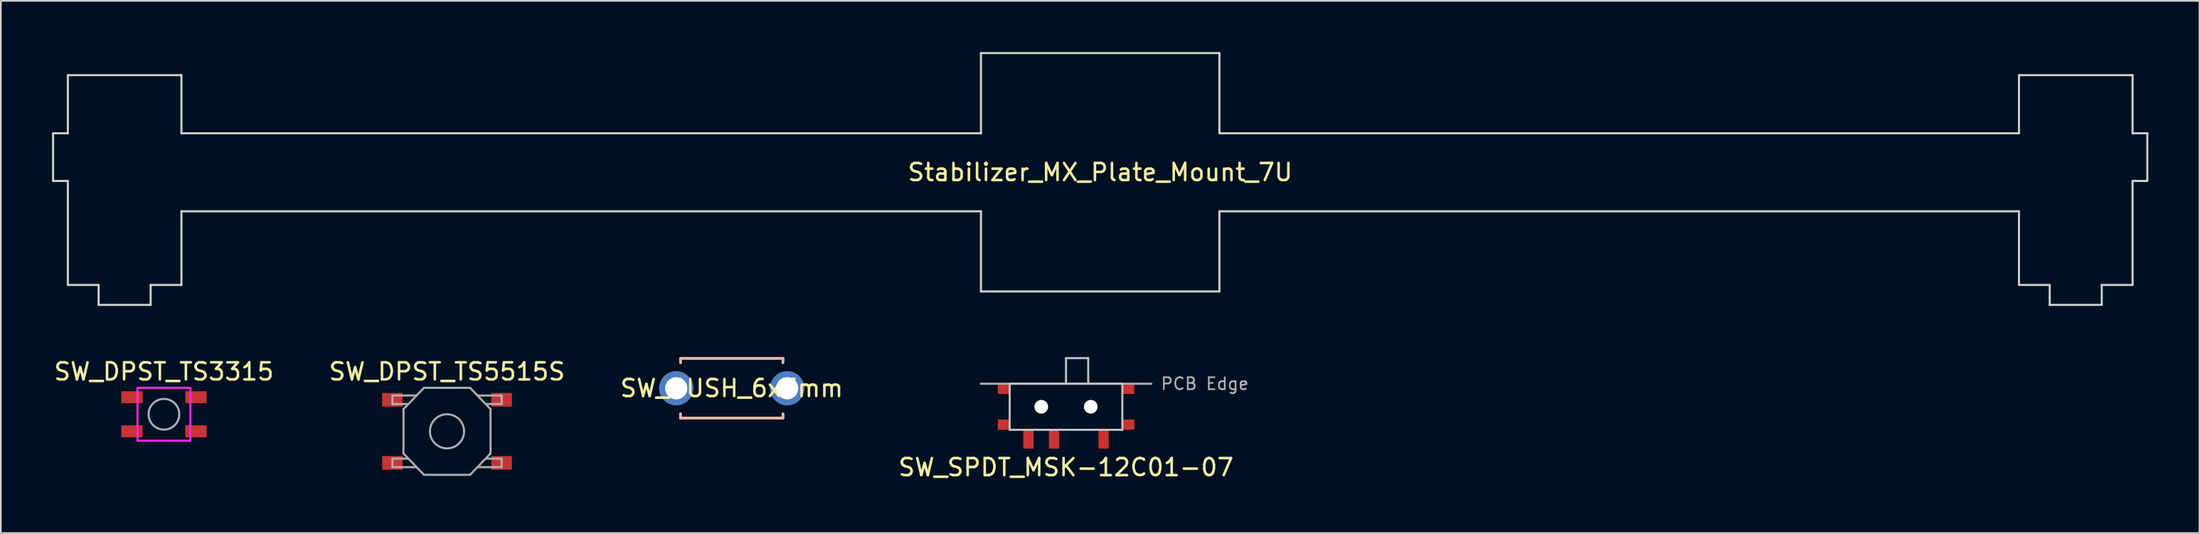
<source format=kicad_pcb>
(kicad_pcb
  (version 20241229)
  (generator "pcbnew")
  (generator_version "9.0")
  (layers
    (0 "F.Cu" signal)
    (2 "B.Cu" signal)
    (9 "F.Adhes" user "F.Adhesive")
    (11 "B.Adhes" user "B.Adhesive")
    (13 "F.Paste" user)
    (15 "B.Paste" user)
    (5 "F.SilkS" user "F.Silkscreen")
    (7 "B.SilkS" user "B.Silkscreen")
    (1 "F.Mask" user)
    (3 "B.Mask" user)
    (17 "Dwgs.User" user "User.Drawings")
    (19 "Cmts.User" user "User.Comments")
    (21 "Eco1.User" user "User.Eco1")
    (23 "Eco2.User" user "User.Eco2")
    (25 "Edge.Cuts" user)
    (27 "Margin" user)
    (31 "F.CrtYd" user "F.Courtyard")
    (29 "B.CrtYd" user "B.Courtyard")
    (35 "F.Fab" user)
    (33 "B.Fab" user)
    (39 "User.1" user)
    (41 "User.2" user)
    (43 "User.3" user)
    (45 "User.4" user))
  (footprint "SW_PUSH_6x3mm"
    (layer "F.Cu")
    (at 39.815 19.702)
    (property "Reference" "SW_PUSH_6x3mm" (at 0 0 180) (layer "F.SilkS") (effects (font (size 1 1) (thickness 0.15))))
    (attr through_hole)
    (fp_line (start -3 -1.75) (end -3 -1.5) (stroke (width 0.15) (type solid)) (layer "F.SilkS"))
    (fp_line (start -3 -1.75) (end 3 -1.75) (stroke (width 0.15) (type solid)) (layer "F.SilkS"))
    (fp_line (start -3 1.75) (end -3 1.5) (stroke (width 0.15) (type solid)) (layer "F.SilkS"))
    (fp_line (start -3 1.75) (end 3 1.75) (stroke (width 0.15) (type solid)) (layer "F.SilkS"))
    (fp_line (start 3 -1.75) (end 3 -1.5) (stroke (width 0.15) (type solid)) (layer "F.SilkS"))
    (fp_line (start 3 1.75) (end 3 1.5) (stroke (width 0.15) (type solid)) (layer "F.SilkS"))
    (fp_line (start -3 -1.75) (end 3 -1.75) (stroke (width 0.15) (type solid)) (layer "B.SilkS"))
    (fp_line (start -3 -1.5) (end -3 -1.75) (stroke (width 0.15) (type solid)) (layer "B.SilkS"))
    (fp_line (start -3 1.75) (end -3 1.5) (stroke (width 0.15) (type solid)) (layer "B.SilkS"))
    (fp_line (start 3 -1.75) (end 3 -1.5) (stroke (width 0.15) (type solid)) (layer "B.SilkS"))
    (fp_line (start 3 1.5) (end 3 1.75) (stroke (width 0.15) (type solid)) (layer "B.SilkS"))
    (fp_line (start 3 1.75) (end -3 1.75) (stroke (width 0.15) (type solid)) (layer "B.SilkS"))
    (pad "1" thru_hole circle (at 3.25 0) (size 2 2) (drill 1.3) (layers "*.Cu" "*.Mask"))
    (pad "2" thru_hole circle (at -3.25 0) (size 2 2) (drill 1.3) (layers "*.Cu" "*.Mask")))
  (footprint "SW_DPST_TS5515S"
    (layer "F.Cu")
    (at 23.137 22.226)
    (property "Reference" "SW_DPST_TS5515S" (at 0 -3.5 0) (layer "F.SilkS") (effects (font (size 1 1) (thickness 0.15))))
    (attr smd)
    (fp_line (start -3.2 -1.6) (end -3.2 -2.1) (stroke (width 0.12) (type solid)) (layer "F.Fab"))
    (fp_line (start -3.2 2.1) (end -3.2 1.6) (stroke (width 0.12) (type solid)) (layer "F.Fab"))
    (fp_line (start -2.55 -1.3) (end -1.35 -2.55) (stroke (width 0.12) (type solid)) (layer "F.Fab"))
    (fp_line (start -2.55 1.3) (end -2.55 -1.3) (stroke (width 0.12) (type solid)) (layer "F.Fab"))
    (fp_line (start -2.3 -1.6) (end -3.2 -1.6) (stroke (width 0.12) (type solid)) (layer "F.Fab"))
    (fp_line (start -2.3 1.6) (end -3.2 1.6) (stroke (width 0.12) (type solid)) (layer "F.Fab"))
    (fp_line (start -1.8 -2.1) (end -3.2 -2.1) (stroke (width 0.12) (type solid)) (layer "F.Fab"))
    (fp_line (start -1.8 2.1) (end -3.2 2.1) (stroke (width 0.12) (type solid)) (layer "F.Fab"))
    (fp_line (start -1.35 -2.55) (end 1.35 -2.55) (stroke (width 0.12) (type solid)) (layer "F.Fab"))
    (fp_line (start -1.35 2.55) (end -2.55 1.3) (stroke (width 0.12) (type solid)) (layer "F.Fab"))
    (fp_line (start 1.35 -2.55) (end 2.55 -1.3) (stroke (width 0.12) (type solid)) (layer "F.Fab"))
    (fp_line (start 1.35 2.55) (end -1.35 2.55) (stroke (width 0.12) (type solid)) (layer "F.Fab"))
    (fp_line (start 1.8 -2.1) (end 3.2 -2.1) (stroke (width 0.12) (type solid)) (layer "F.Fab"))
    (fp_line (start 1.8 2.1) (end 3.2 2.1) (stroke (width 0.12) (type solid)) (layer "F.Fab"))
    (fp_line (start 2.3 -1.6) (end 3.2 -1.6) (stroke (width 0.12) (type solid)) (layer "F.Fab"))
    (fp_line (start 2.3 1.6) (end 3.2 1.6) (stroke (width 0.12) (type solid)) (layer "F.Fab"))
    (fp_line (start 2.55 -1.3) (end 2.55 1.3) (stroke (width 0.12) (type solid)) (layer "F.Fab"))
    (fp_line (start 2.55 1.3) (end 1.35 2.55) (stroke (width 0.12) (type solid)) (layer "F.Fab"))
    (fp_line (start 3.2 -2.1) (end 3.2 -1.6) (stroke (width 0.12) (type solid)) (layer "F.Fab"))
    (fp_line (start 3.2 1.6) (end 3.2 2.1) (stroke (width 0.12) (type solid)) (layer "F.Fab"))
    (fp_circle (center 0 0) (end 1 0) (stroke (width 0.12) (type solid)) (fill no) (layer "F.Fab"))
    (pad "1" smd rect (at -3.2 -1.85) (size 1.2 0.8) (layers "F.Cu" "F.Mask" "F.Paste"))
    (pad "2" smd rect (at 3.2 -1.85) (size 1.2 0.8) (layers "F.Cu" "F.Mask" "F.Paste"))
    (pad "3" smd rect (at -3.2 1.85) (size 1.2 0.8) (layers "F.Cu" "F.Mask" "F.Paste"))
    (pad "4" smd rect (at 3.2 1.85) (size 1.2 0.8) (layers "F.Cu" "F.Mask" "F.Paste")))
  (footprint "Stabilizer_MX_Plate_Mount_7U"
    (layer "F.Cu")
    (at 61.401 7.045)
    (property "Reference" "Stabilizer_MX_Plate_Mount_7U" (at 0 0 0) (layer "F.SilkS") (effects (font (size 1 1) (thickness 0.15))))
    (attr through_hole)
    (fp_line (start -61.341 -2.286) (end -61.341 0.508) (stroke (width 0.12) (type solid)) (layer "Edge.Cuts"))
    (fp_line (start -61.341 0.508) (end -60.477 0.508) (stroke (width 0.12) (type solid)) (layer "Edge.Cuts"))
    (fp_line (start -60.477 -5.69) (end -60.477 -2.286) (stroke (width 0.12) (type solid)) (layer "Edge.Cuts"))
    (fp_line (start -60.477 -2.286) (end -61.341 -2.286) (stroke (width 0.12) (type solid)) (layer "Edge.Cuts"))
    (fp_line (start -60.477 0.508) (end -60.477 6.604) (stroke (width 0.12) (type solid)) (layer "Edge.Cuts"))
    (fp_line (start -60.477 6.604) (end -58.674 6.604) (stroke (width 0.12) (type solid)) (layer "Edge.Cuts"))
    (fp_line (start -58.674 6.604) (end -58.674 7.772) (stroke (width 0.12) (type solid)) (layer "Edge.Cuts"))
    (fp_line (start -58.674 7.772) (end -55.626 7.772) (stroke (width 0.12) (type solid)) (layer "Edge.Cuts"))
    (fp_line (start -55.626 6.604) (end -53.823 6.604) (stroke (width 0.12) (type solid)) (layer "Edge.Cuts"))
    (fp_line (start -55.626 7.772) (end -55.626 6.604) (stroke (width 0.12) (type solid)) (layer "Edge.Cuts"))
    (fp_line (start -53.823 -5.69) (end -60.477 -5.69) (stroke (width 0.12) (type solid)) (layer "Edge.Cuts"))
    (fp_line (start -53.823 -2.286) (end -53.823 -5.69) (stroke (width 0.12) (type solid)) (layer "Edge.Cuts"))
    (fp_line (start -53.823 2.286) (end -6.985 2.286) (stroke (width 0.12) (type solid)) (layer "Edge.Cuts"))
    (fp_line (start -53.823 6.604) (end -53.823 2.286) (stroke (width 0.12) (type solid)) (layer "Edge.Cuts"))
    (fp_line (start -6.985 -6.985) (end -6.985 -2.286) (stroke (width 0.12) (type solid)) (layer "Edge.Cuts"))
    (fp_line (start -6.985 -6.985) (end 6.985 -6.985) (stroke (width 0.12) (type solid)) (layer "Edge.Cuts"))
    (fp_line (start -6.985 -2.286) (end -53.823 -2.286) (stroke (width 0.12) (type solid)) (layer "Edge.Cuts"))
    (fp_line (start -6.985 2.286) (end -6.985 6.985) (stroke (width 0.12) (type solid)) (layer "Edge.Cuts"))
    (fp_line (start -6.985 6.985) (end 6.985 6.985) (stroke (width 0.12) (type solid)) (layer "Edge.Cuts"))
    (fp_line (start 6.985 -6.985) (end 6.985 -2.286) (stroke (width 0.12) (type solid)) (layer "Edge.Cuts"))
    (fp_line (start 6.985 -2.286) (end 53.823 -2.286) (stroke (width 0.12) (type solid)) (layer "Edge.Cuts"))
    (fp_line (start 6.985 2.286) (end 6.985 6.985) (stroke (width 0.12) (type solid)) (layer "Edge.Cuts"))
    (fp_line (start 53.823 -5.69) (end 60.477 -5.69) (stroke (width 0.12) (type solid)) (layer "Edge.Cuts"))
    (fp_line (start 53.823 -2.286) (end 53.823 -5.69) (stroke (width 0.12) (type solid)) (layer "Edge.Cuts"))
    (fp_line (start 53.823 2.286) (end 6.985 2.286) (stroke (width 0.12) (type solid)) (layer "Edge.Cuts"))
    (fp_line (start 53.823 6.604) (end 53.823 2.286) (stroke (width 0.12) (type solid)) (layer "Edge.Cuts"))
    (fp_line (start 55.626 6.604) (end 53.823 6.604) (stroke (width 0.12) (type solid)) (layer "Edge.Cuts"))
    (fp_line (start 55.626 7.772) (end 55.626 6.604) (stroke (width 0.12) (type solid)) (layer "Edge.Cuts"))
    (fp_line (start 58.674 6.604) (end 58.674 7.772) (stroke (width 0.12) (type solid)) (layer "Edge.Cuts"))
    (fp_line (start 58.674 7.772) (end 55.626 7.772) (stroke (width 0.12) (type solid)) (layer "Edge.Cuts"))
    (fp_line (start 60.477 -5.69) (end 60.477 -2.286) (stroke (width 0.12) (type solid)) (layer "Edge.Cuts"))
    (fp_line (start 60.477 -2.286) (end 61.341 -2.286) (stroke (width 0.12) (type solid)) (layer "Edge.Cuts"))
    (fp_line (start 60.477 0.508) (end 60.477 6.604) (stroke (width 0.12) (type solid)) (layer "Edge.Cuts"))
    (fp_line (start 60.477 6.604) (end 58.674 6.604) (stroke (width 0.12) (type solid)) (layer "Edge.Cuts"))
    (fp_line (start 61.341 -2.286) (end 61.341 0.508) (stroke (width 0.12) (type solid)) (layer "Edge.Cuts"))
    (fp_line (start 61.341 0.508) (end 60.477 0.508) (stroke (width 0.12) (type solid)) (layer "Edge.Cuts")))
  (footprint "SW_SPDT_MSK-12C01-07"
    (layer "F.Cu")
    (at 59.399 20.787)
    (property "Reference" "SW_SPDT_MSK-12C01-07" (at 0 3.55 180) (layer "F.SilkS") (effects (font (size 1 1) (thickness 0.15))))
    (attr smd)
    (fp_line (start -3.3 -1.35) (end -3.3 1.35) (stroke (width 0.12) (type solid)) (layer "Dwgs.User"))
    (fp_line (start -3.3 -1.35) (end 3.3 -1.35) (stroke (width 0.12) (type solid)) (layer "Dwgs.User"))
    (fp_line (start -3.3 1.35) (end 3.3 1.35) (stroke (width 0.12) (type solid)) (layer "Dwgs.User"))
    (fp_line (start 0 -2.85) (end 0 -1.35) (stroke (width 0.12) (type solid)) (layer "Dwgs.User"))
    (fp_line (start 0 -2.85) (end 1.3 -2.85) (stroke (width 0.12) (type solid)) (layer "Dwgs.User"))
    (fp_line (start 1.3 -2.85) (end 1.3 -1.35) (stroke (width 0.12) (type solid)) (layer "Dwgs.User"))
    (fp_line (start 3.3 -1.35) (end 3.3 1.35) (stroke (width 0.12) (type solid)) (layer "Dwgs.User"))
    (fp_line (start -5 -1.35) (end 5 -1.35) (stroke (width 0.12) (type solid)) (layer "F.Fab"))
    (fp_text user "PCB Edge" (at 5.5 -1.35 0) (layer "F.Fab") (effects (font (size 0.7 0.7) (thickness 0.1)) (justify left)))
    (pad "" np_thru_hole circle (at -1.45 0) (size 0.8 0.8) (drill 0.8) (layers "*.Cu" "*.Mask"))
    (pad "" np_thru_hole circle (at 1.45 0) (size 0.8 0.8) (drill 0.8) (layers "*.Cu" "*.Mask"))
    (pad "1" smd rect (at -2.2 1.9) (size 0.6 1.1) (layers "F.Cu" "F.Mask" "F.Paste"))
    (pad "2" smd rect (at -0.7 1.9) (size 0.6 1.1) (layers "F.Cu" "F.Mask" "F.Paste"))
    (pad "3" smd rect (at 2.2 1.9) (size 0.6 1.1) (layers "F.Cu" "F.Mask" "F.Paste"))
    (pad "MP" smd rect (at -3.65 -1.05) (size 0.7 0.6) (layers "F.Cu" "F.Mask" "F.Paste"))
    (pad "MP" smd rect (at -3.65 1.05) (size 0.7 0.6) (layers "F.Cu" "F.Mask" "F.Paste"))
    (pad "MP" smd rect (at 3.65 -1.05) (size 0.7 0.6) (layers "F.Cu" "F.Mask" "F.Paste"))
    (pad "MP" smd rect (at 3.65 1.05) (size 0.7 0.6) (layers "F.Cu" "F.Mask" "F.Paste")))
  (footprint "SW_DPST_TS3315"
    (layer "F.Cu")
    (at 6.554 21.226)
    (property "Reference" "SW_DPST_TS3315" (at 0 -2.5 0) (layer "F.SilkS") (effects (font (size 1 1) (thickness 0.15))))
    (attr smd)
    (fp_line (start -1.55 -1.55) (end -1.55 1.55) (stroke (width 0.12) (type solid)) (layer "F.CrtYd"))
    (fp_line (start -1.55 1.55) (end 1.55 1.55) (stroke (width 0.12) (type solid)) (layer "F.CrtYd"))
    (fp_line (start 1.55 -1.55) (end -1.55 -1.55) (stroke (width 0.12) (type solid)) (layer "F.CrtYd"))
    (fp_line (start 1.55 1.55) (end 1.55 -1.55) (stroke (width 0.12) (type solid)) (layer "F.CrtYd"))
    (fp_circle (center 0 0) (end 0.9 0) (stroke (width 0.12) (type solid)) (fill no) (layer "F.Fab"))
    (pad "1" smd rect (at -1.875 -1) (size 1.25 0.7) (layers "F.Cu" "F.Mask" "F.Paste"))
    (pad "2" smd rect (at 1.875 -1) (size 1.25 0.7) (layers "F.Cu" "F.Mask" "F.Paste"))
    (pad "3" smd rect (at -1.875 1) (size 1.25 0.7) (layers "F.Cu" "F.Mask" "F.Paste"))
    (pad "4" smd rect (at 1.875 1) (size 1.25 0.7) (layers "F.Cu" "F.Mask" "F.Paste")))
  (gr_rect
    (start -3 -3)
    (end 125.802 28.186)
    (stroke (width 0.1) (type default))
    (fill no)
    (layer "Edge.Cuts")))
</source>
